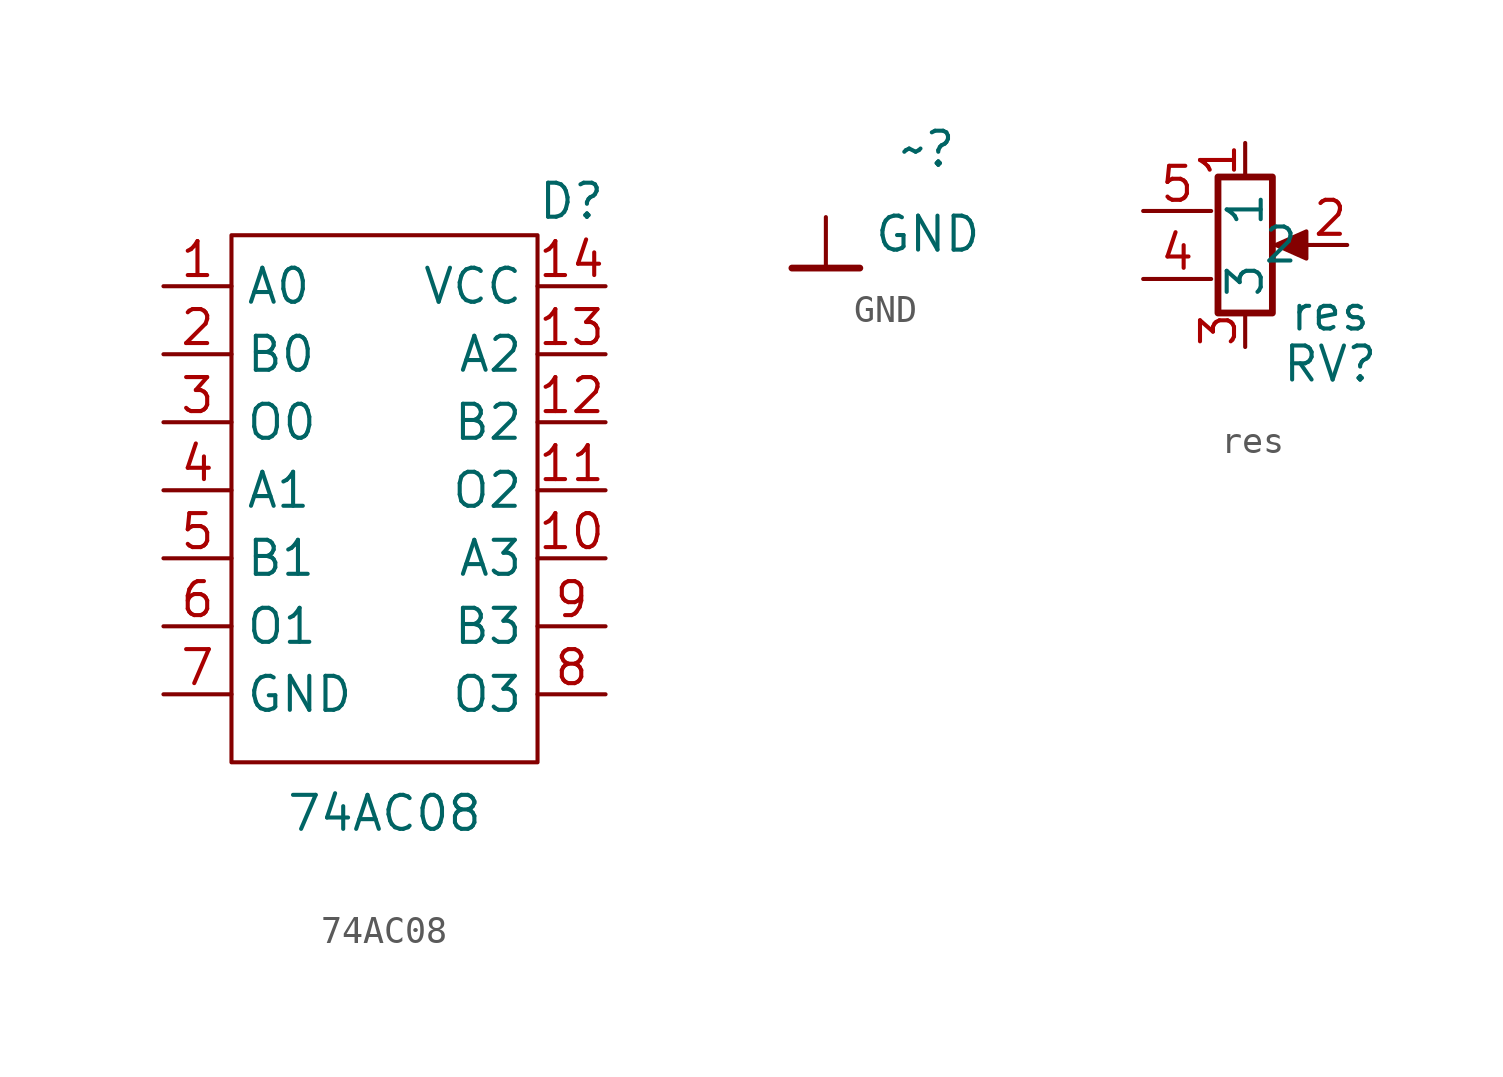
<source format=kicad_sym>
(kicad_symbol_lib
  (version 20211014)
  (generator kicad_symbol_editor)
  (symbol "74AC08"
    (property "Reference" "D"
      (at 6.985 20.955 0)
      (effects (font (size 1.27 1.27))))
    (property "Value" "74AC08"
      (at 0 -1.905 0)
      (effects (font (size 1.27 1.27))))
    (symbol "74AC08_0_1"
      (rectangle (start -5.715 19.685) (end 5.715 0) (stroke (width 0) (type default) (color 0 0 0 0)) (fill (type none))))
    (symbol "74AC08_1_1"
      (pin input line (at -8.255 17.78 0) (length 2.54) (name "A0" (effects (font (size 1.27 1.27)))) (number "1" (effects (font (size 1.27 1.27)))))
      (pin input line (at 8.255 7.62 180) (length 2.54) (name "A3" (effects (font (size 1.27 1.27)))) (number "10" (effects (font (size 1.27 1.27)))))
      (pin input line (at 8.255 10.16 180) (length 2.54) (name "O2" (effects (font (size 1.27 1.27)))) (number "11" (effects (font (size 1.27 1.27)))))
      (pin input line (at 8.255 12.7 180) (length 2.54) (name "B2" (effects (font (size 1.27 1.27)))) (number "12" (effects (font (size 1.27 1.27)))))
      (pin input line (at 8.255 15.24 180) (length 2.54) (name "A2" (effects (font (size 1.27 1.27)))) (number "13" (effects (font (size 1.27 1.27)))))
      (pin input line (at 8.255 17.78 180) (length 2.54) (name "VCC" (effects (font (size 1.27 1.27)))) (number "14" (effects (font (size 1.27 1.27)))))
      (pin input line (at -8.255 15.24 0) (length 2.54) (name "B0" (effects (font (size 1.27 1.27)))) (number "2" (effects (font (size 1.27 1.27)))))
      (pin input line (at -8.255 12.7 0) (length 2.54) (name "O0" (effects (font (size 1.27 1.27)))) (number "3" (effects (font (size 1.27 1.27)))))
      (pin input line (at -8.255 10.16 0) (length 2.54) (name "A1" (effects (font (size 1.27 1.27)))) (number "4" (effects (font (size 1.27 1.27)))))
      (pin input line (at -8.255 7.62 0) (length 2.54) (name "B1" (effects (font (size 1.27 1.27)))) (number "5" (effects (font (size 1.27 1.27)))))
      (pin input line (at -8.255 5.08 0) (length 2.54) (name "O1" (effects (font (size 1.27 1.27)))) (number "6" (effects (font (size 1.27 1.27)))))
      (pin input line (at -8.255 2.54 0) (length 2.54) (name "GND" (effects (font (size 1.27 1.27)))) (number "7" (effects (font (size 1.27 1.27)))))
      (pin input line (at 8.255 2.54 180) (length 2.54) (name "O3" (effects (font (size 1.27 1.27)))) (number "8" (effects (font (size 1.27 1.27)))))
      (pin input line (at 8.255 5.08 180) (length 2.54) (name "B3" (effects (font (size 1.27 1.27)))) (number "9" (effects (font (size 1.27 1.27)))))))
  (symbol "GND"
    (property "Reference" "~"
      (at 3.81 4.445 0)
      (effects (font (size 1.27 1.27))))
    (property "Value" "GND"
      (at 3.81 1.27 0)
      (effects (font (size 1.27 1.27))))
    (symbol "GND_0_1"
      (rectangle (start -1.27 0) (end 1.27 0) (stroke (width 0.254) (type default) (color 0 0 0 0)) (fill (type outline)))
      (polyline (pts (xy 0 1.905) (xy 0 0)) (stroke (width 0) (type default) (color 0 0 0 0)) (fill (type none))))
    (symbol "GND_1_1"
      (pin power_in line (at 0 1.905 270) (length 0) hide (name "GNDD" (effects (font (size 1.27 1.27)))) (number "1" (effects (font (size 1.27 1.27)))))))
  (symbol "res"
    (property "Reference" "RV"
      (at 0 -1.905 0)
      (effects (font (size 1.27 1.27))))
    (property "Value" "res"
      (at 0 0 0)
      (effects (font (size 1.27 1.27))))
    (symbol "res_0_1"
      (rectangle (start -2.159 5.08) (end -4.191 0) (stroke (width 0.254) (type default) (color 0 0 0 0)) (fill (type none)))
      (polyline (pts (xy -0.635 2.54) (xy -1.651 2.54)) (stroke (width 0) (type default) (color 0 0 0 0)) (fill (type none)))
      (polyline (pts (xy -2.032 2.54) (xy -0.889 3.048) (xy -0.889 2.032) (xy -2.032 2.54)) (stroke (width 0) (type default) (color 0 0 0 0)) (fill (type outline))))
    (symbol "res_1_1"
      (pin passive line (at -3.175 6.35 270) (length 1.27) (name "1" (effects (font (size 1.27 1.27)))) (number "1" (effects (font (size 1.27 1.27)))))
      (pin passive line (at 0.635 2.54 180) (length 1.27) (name "2" (effects (font (size 1.27 1.27)))) (number "2" (effects (font (size 1.27 1.27)))))
      (pin passive line (at -3.175 -1.27 90) (length 1.27) (name "3" (effects (font (size 1.27 1.27)))) (number "3" (effects (font (size 1.27 1.27)))))
      (pin input line (at -6.985 1.27 0) (length 2.54) (name "" (effects (font (size 1.27 1.27)))) (number "4" (effects (font (size 1.27 1.27)))))
      (pin input line (at -6.985 3.81 0) (length 2.54) (name "" (effects (font (size 1.27 1.27)))) (number "5" (effects (font (size 1.27 1.27))))))))
</source>
